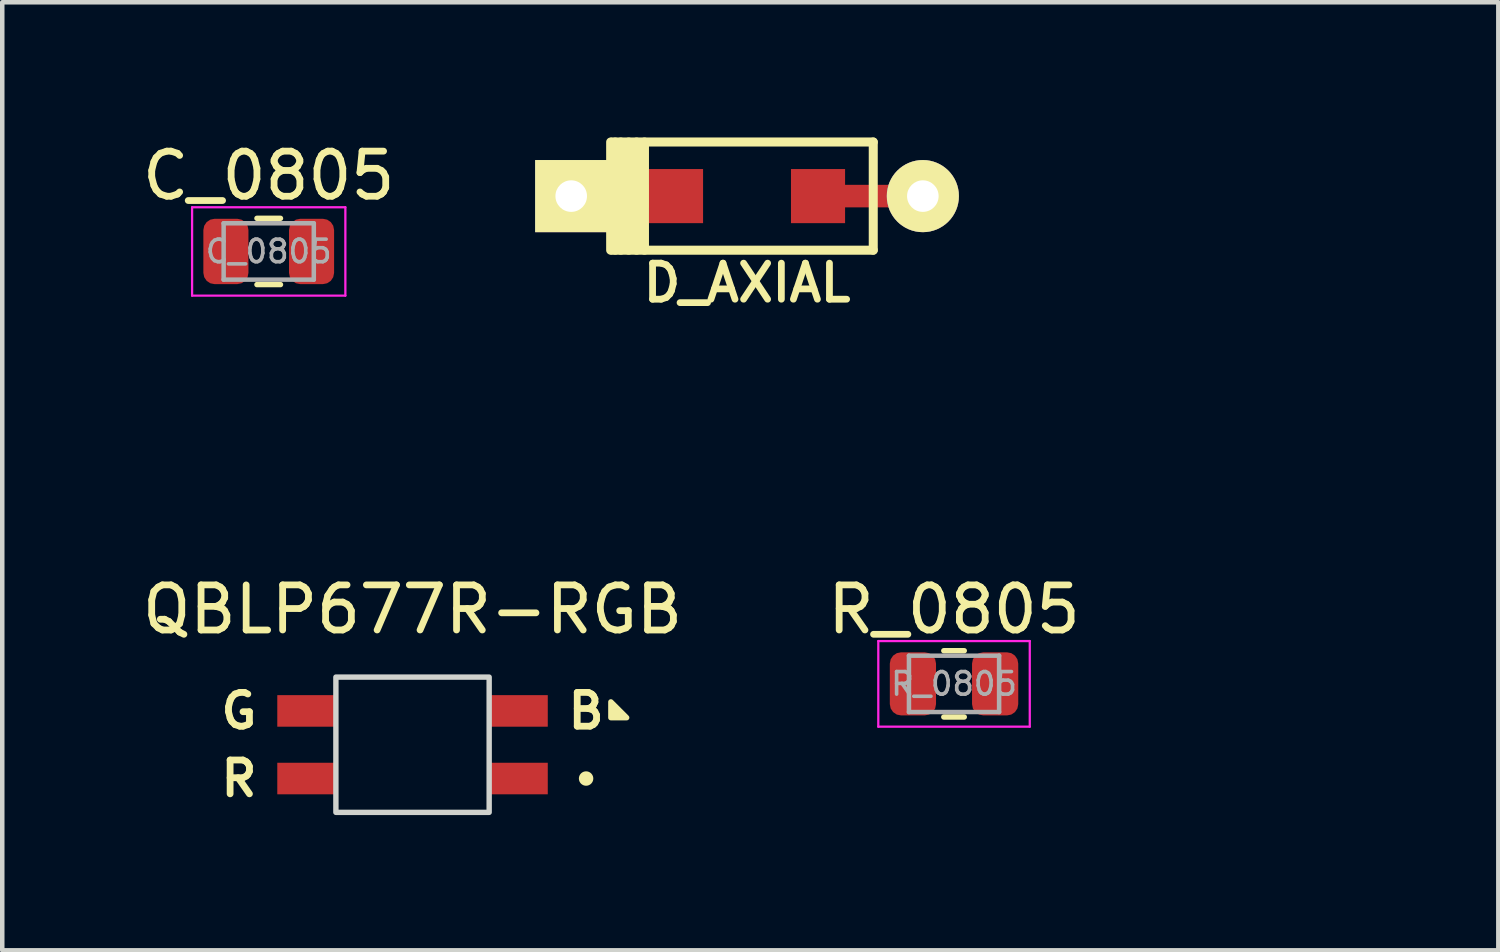
<source format=kicad_pcb>
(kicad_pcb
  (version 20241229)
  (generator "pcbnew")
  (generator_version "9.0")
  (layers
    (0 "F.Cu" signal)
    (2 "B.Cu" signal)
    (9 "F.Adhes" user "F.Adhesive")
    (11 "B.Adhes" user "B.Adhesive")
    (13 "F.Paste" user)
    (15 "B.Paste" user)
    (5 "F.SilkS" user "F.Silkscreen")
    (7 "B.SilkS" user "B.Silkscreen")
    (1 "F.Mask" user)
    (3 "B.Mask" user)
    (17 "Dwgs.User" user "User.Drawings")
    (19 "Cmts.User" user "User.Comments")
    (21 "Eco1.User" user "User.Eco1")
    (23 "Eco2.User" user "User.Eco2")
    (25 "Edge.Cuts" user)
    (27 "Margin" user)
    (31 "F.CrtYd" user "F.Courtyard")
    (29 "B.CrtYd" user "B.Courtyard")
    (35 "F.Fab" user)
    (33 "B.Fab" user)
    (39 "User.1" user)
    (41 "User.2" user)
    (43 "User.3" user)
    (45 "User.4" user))
  (footprint "R_0805"
    (layer "F.Cu")
    (at 18.113 12.12)
    (property "Reference" "R_0805" (at 0 -1.65 0) (layer "F.SilkS") (effects (font (size 1 1) (thickness 0.15))))
    (attr smd)
    (fp_line (start -0.227 -0.735) (end 0.227 -0.735) (stroke (width 0.12) (type solid)) (layer "F.SilkS"))
    (fp_line (start -0.227 0.735) (end 0.227 0.735) (stroke (width 0.12) (type solid)) (layer "F.SilkS"))
    (fp_line (start -1.68 -0.95) (end 1.68 -0.95) (stroke (width 0.05) (type solid)) (layer "F.CrtYd"))
    (fp_line (start -1.68 0.95) (end -1.68 -0.95) (stroke (width 0.05) (type solid)) (layer "F.CrtYd"))
    (fp_line (start 1.68 -0.95) (end 1.68 0.95) (stroke (width 0.05) (type solid)) (layer "F.CrtYd"))
    (fp_line (start 1.68 0.95) (end -1.68 0.95) (stroke (width 0.05) (type solid)) (layer "F.CrtYd"))
    (fp_line (start -1 -0.625) (end 1 -0.625) (stroke (width 0.1) (type solid)) (layer "F.Fab"))
    (fp_line (start -1 0.625) (end -1 -0.625) (stroke (width 0.1) (type solid)) (layer "F.Fab"))
    (fp_line (start 1 -0.625) (end 1 0.625) (stroke (width 0.1) (type solid)) (layer "F.Fab"))
    (fp_line (start 1 0.625) (end -1 0.625) (stroke (width 0.1) (type solid)) (layer "F.Fab"))
    (fp_text user "${REFERENCE}" (at 0 0 0) (layer "F.Fab") (effects (font (size 0.5 0.5) (thickness 0.08))))
    (pad "1" smd roundrect (at -0.912 0) (size 1.025 1.4) (layers "F.Cu" "F.Mask" "F.Paste") (roundrect_rratio 0.244))
    (pad "2" smd roundrect (at 0.912 0) (size 1.025 1.4) (layers "F.Cu" "F.Mask" "F.Paste") (roundrect_rratio 0.244)))
  (footprint "C_0805"
    (layer "F.Cu")
    (at 2.911 2.528)
    (property "Reference" "C_0805" (at 0 -1.68 0) (layer "F.SilkS") (effects (font (size 1 1) (thickness 0.15))))
    (attr smd)
    (fp_line (start -0.261 -0.735) (end 0.261 -0.735) (stroke (width 0.12) (type solid)) (layer "F.SilkS"))
    (fp_line (start -0.261 0.735) (end 0.261 0.735) (stroke (width 0.12) (type solid)) (layer "F.SilkS"))
    (fp_line (start -1.7 -0.98) (end 1.7 -0.98) (stroke (width 0.05) (type solid)) (layer "F.CrtYd"))
    (fp_line (start -1.7 0.98) (end -1.7 -0.98) (stroke (width 0.05) (type solid)) (layer "F.CrtYd"))
    (fp_line (start 1.7 -0.98) (end 1.7 0.98) (stroke (width 0.05) (type solid)) (layer "F.CrtYd"))
    (fp_line (start 1.7 0.98) (end -1.7 0.98) (stroke (width 0.05) (type solid)) (layer "F.CrtYd"))
    (fp_line (start -1 -0.625) (end 1 -0.625) (stroke (width 0.1) (type solid)) (layer "F.Fab"))
    (fp_line (start -1 0.625) (end -1 -0.625) (stroke (width 0.1) (type solid)) (layer "F.Fab"))
    (fp_line (start 1 -0.625) (end 1 0.625) (stroke (width 0.1) (type solid)) (layer "F.Fab"))
    (fp_line (start 1 0.625) (end -1 0.625) (stroke (width 0.1) (type solid)) (layer "F.Fab"))
    (fp_text user "${REFERENCE}" (at 0 0 0) (layer "F.Fab") (effects (font (size 0.5 0.5) (thickness 0.08))))
    (pad "1" smd roundrect (at -0.95 0) (size 1 1.45) (layers "F.Cu" "F.Mask" "F.Paste") (roundrect_rratio 0.25))
    (pad "2" smd roundrect (at 0.95 0) (size 1 1.45) (layers "F.Cu" "F.Mask" "F.Paste") (roundrect_rratio 0.25)))
  (footprint "Logo"
    (layer "F.Cu")
    (at 24.204 3.374)
    (property "Reference" "Logo" (at 0 1.83 0) (layer "F.Mask") (effects (font (size 1.524 1.524) (thickness 0.3))))
    (attr board_only exclude_from_pos_files exclude_from_bom)
    (fp_poly (pts (xy -0.503 -3.333) (xy -0.561 -3.251) (xy -0.586 -3.224) (xy -0.705 -3.101) (xy -0.568 -2.959) (xy -0.488 -2.87) (xy -0.438 -2.799) (xy -0.43 -2.776) (xy -0.453 -2.719) (xy -0.512 -2.643) (xy -0.586 -2.567) (xy -0.658 -2.509) (xy -0.708 -2.487) (xy -0.718 -2.493) (xy -0.71 -2.542) (xy -0.666 -2.578) (xy -0.583 -2.647) (xy -0.544 -2.701) (xy -0.525 -2.762) (xy -0.547 -2.822) (xy -0.621 -2.906) (xy -0.622 -2.908) (xy -0.714 -3.029) (xy -0.735 -3.135) (xy -0.683 -3.241) (xy -0.632 -3.295) (xy -0.545 -3.364) (xy -0.5 -3.374)) (stroke (width 0) (type solid)) (fill yes) (layer "F.Mask"))
    (fp_poly (pts (xy 0.669 -3.333) (xy 0.611 -3.251) (xy 0.586 -3.224) (xy 0.467 -3.101) (xy 0.605 -2.959) (xy 0.684 -2.87) (xy 0.734 -2.799) (xy 0.742 -2.776) (xy 0.719 -2.719) (xy 0.661 -2.643) (xy 0.586 -2.567) (xy 0.515 -2.509) (xy 0.464 -2.487) (xy 0.454 -2.493) (xy 0.463 -2.542) (xy 0.506 -2.578) (xy 0.589 -2.647) (xy 0.628 -2.701) (xy 0.647 -2.762) (xy 0.625 -2.822) (xy 0.552 -2.906) (xy 0.551 -2.908) (xy 0.458 -3.029) (xy 0.438 -3.135) (xy 0.489 -3.241) (xy 0.54 -3.295) (xy 0.627 -3.364) (xy 0.673 -3.374)) (stroke (width 0) (type solid)) (fill yes) (layer "F.Mask"))
    (fp_poly (pts (xy 1.842 -3.333) (xy 1.784 -3.251) (xy 1.758 -3.224) (xy 1.639 -3.101) (xy 1.777 -2.959) (xy 1.856 -2.87) (xy 1.906 -2.799) (xy 1.915 -2.776) (xy 1.891 -2.719) (xy 1.833 -2.643) (xy 1.759 -2.567) (xy 1.687 -2.509) (xy 1.637 -2.487) (xy 1.627 -2.493) (xy 1.635 -2.542) (xy 1.678 -2.578) (xy 1.761 -2.647) (xy 1.8 -2.701) (xy 1.82 -2.762) (xy 1.797 -2.822) (xy 1.724 -2.906) (xy 1.723 -2.908) (xy 1.63 -3.029) (xy 1.61 -3.135) (xy 1.662 -3.241) (xy 1.712 -3.295) (xy 1.8 -3.364) (xy 1.845 -3.374)) (stroke (width 0) (type solid)) (fill yes) (layer "F.Mask"))
    (fp_poly (pts (xy 2.93 -2.218) (xy 2.912 -2.006) (xy 2.864 -1.755) (xy 2.794 -1.497) (xy 2.723 -1.301) (xy 2.522 -0.907) (xy 2.261 -0.553) (xy 1.946 -0.245) (xy 1.588 0.013) (xy 1.193 0.217) (xy 0.771 0.364) (xy 0.33 0.448) (xy -0.123 0.465) (xy -0.579 0.412) (xy -0.586 0.41) (xy -1.037 0.283) (xy -1.457 0.092) (xy -1.839 -0.158) (xy -2.175 -0.459) (xy -2.456 -0.805) (xy -2.676 -1.191) (xy -2.723 -1.301) (xy -2.808 -1.543) (xy -2.875 -1.802) (xy -2.918 -2.048) (xy -2.93 -2.218) (xy -2.931 -2.384) (xy 2.931 -2.384)) (stroke (width 0) (type solid)) (fill yes) (layer "F.Mask"))
    (fp_poly (pts (xy -1.675 -3.333) (xy -1.733 -3.251) (xy -1.759 -3.224) (xy -1.878 -3.101) (xy -1.834 -3.056) (xy -1.74 -2.959) (xy -1.661 -2.87) (xy -1.611 -2.799) (xy -1.602 -2.776) (xy -1.626 -2.719) (xy -1.684 -2.643) (xy -1.758 -2.567) (xy -1.83 -2.509) (xy -1.88 -2.487) (xy -1.89 -2.493) (xy -1.882 -2.542) (xy -1.839 -2.578) (xy -1.756 -2.647) (xy -1.717 -2.701) (xy -1.697 -2.762) (xy -1.72 -2.822) (xy -1.793 -2.906) (xy -1.794 -2.908) (xy -1.887 -3.029) (xy -1.889 -3.04) (xy -1.891 -3.05) (xy -1.893 -3.06) (xy -1.894 -3.065) (xy -1.895 -3.07) (xy -1.896 -3.075) (xy -1.897 -3.081) (xy -1.897 -3.085) (xy -1.898 -3.09) (xy -1.899 -3.095) (xy -1.9 -3.1) (xy -1.901 -3.105) (xy -1.902 -3.11) (xy -1.904 -3.122) (xy -1.907 -3.135) (xy -1.855 -3.241) (xy -1.805 -3.295) (xy -1.717 -3.364) (xy -1.672 -3.374)) (stroke (width 0) (type solid)) (fill yes) (layer "F.Mask")))
  (footprint "QBLP677R-RGB"
    (layer "F.Cu")
    (at 6.101 13.47)
    (property "Reference" "QBLP677R-RGB" (at 0 -3 0) (unlocked yes) (layer "F.SilkS") (effects (font (size 1 1) (thickness 0.15))))
    (attr smd)
    (fp_circle (center 3.85 0.75) (end 3.75 0.75) (stroke (width 0.12) (type solid)) (fill yes) (layer "F.SilkS"))
    (fp_poly (pts (xy 4.75 -0.6) (xy 4.4 -0.6) (xy 4.4 -0.95)) (stroke (width 0.12) (type solid)) (fill yes) (layer "F.SilkS"))
    (fp_rect (start 1.7 1.5) (end -1.7 -1.5) (stroke (width 0.12) (type solid)) (fill no) (layer "Edge.Cuts"))
    (fp_text user "G" (at -3.85 -0.75 0) (unlocked yes) (layer "F.SilkS") (effects (font (size 0.75 0.75) (thickness 0.15))))
    (fp_text user "R" (at -3.85 0.75 0) (unlocked yes) (layer "F.SilkS") (effects (font (size 0.75 0.75) (thickness 0.15))))
    (fp_text user "B" (at 3.85 -0.75 0) (unlocked yes) (layer "F.SilkS") (effects (font (size 0.75 0.75) (thickness 0.15))))
    (pad "1" smd rect (at 2.35 -0.75 180) (size 1.3 0.7) (layers "F.Cu" "F.Mask" "F.Paste"))
    (pad "2" smd rect (at -2.35 -0.75 180) (size 1.3 0.7) (layers "F.Cu" "F.Mask" "F.Paste"))
    (pad "3" smd rect (at -2.35 0.75 180) (size 1.3 0.7) (layers "F.Cu" "F.Mask" "F.Paste"))
    (pad "4" smd rect (at 2.35 0.75 180) (size 1.3 0.7) (layers "F.Cu" "F.Mask" "F.Paste")))
  (footprint "D_AXIAL"
    (layer "F.Cu")
    (at 13.521 1.3)
    (property "Reference" "D_AXIAL" (at 0 1.925 0) (layer "F.SilkS") (effects (font (size 0.8 0.8) (thickness 0.15))))
    (attr smd)
    (fp_line (start -3.025 1.2) (end -3.025 -1.2) (stroke (width 0.2) (type solid)) (layer "F.SilkS"))
    (fp_line (start -3 -1.2) (end 2.8 -1.2) (stroke (width 0.2) (type solid)) (layer "F.SilkS"))
    (fp_line (start -2.925 -1.2) (end -2.925 1.2) (stroke (width 0.2) (type solid)) (layer "F.SilkS"))
    (fp_line (start -2.8 -1.2) (end -2.8 1.2) (stroke (width 0.2) (type solid)) (layer "F.SilkS"))
    (fp_line (start -2.625 -1.2) (end -2.625 1.2) (stroke (width 0.2) (type solid)) (layer "F.SilkS"))
    (fp_line (start -2.45 -1.2) (end -2.45 1.2) (stroke (width 0.2) (type solid)) (layer "F.SilkS"))
    (fp_line (start -2.275 -1.2) (end -2.275 1.2) (stroke (width 0.2) (type solid)) (layer "F.SilkS"))
    (fp_line (start 2.8 -1.2) (end 2.8 1.2) (stroke (width 0.2) (type solid)) (layer "F.SilkS"))
    (fp_line (start 2.8 1.2) (end -3 1.2) (stroke (width 0.2) (type solid)) (layer "F.SilkS"))
    (pad "1" thru_hole rect (at -3.9 0) (size 1.6 1.6) (drill 0.7) (layers "*.Cu" "*.Mask" "F.SilkS"))
    (pad "1" smd rect (at -2.7 0) (size 2.5 0.5) (layers "F.Cu"))
    (pad "1" smd rect (at -1.575 0) (size 1.2 1.2) (layers "F.Cu" "F.Mask" "F.Paste"))
    (pad "2" smd rect (at 1.575 0) (size 1.2 1.2) (layers "F.Cu" "F.Mask" "F.Paste"))
    (pad "2" smd rect (at 2.7 0) (size 2.5 0.5) (layers "F.Cu"))
    (pad "2" thru_hole circle (at 3.9 0) (size 1.6 1.6) (drill 0.7) (layers "*.Cu" "*.Mask" "F.SilkS")))
  (gr_rect
    (start -3 -3)
    (end 30.187 18.03)
    (stroke (width 0.1) (type default))
    (fill no)
    (layer "Edge.Cuts")))
</source>
